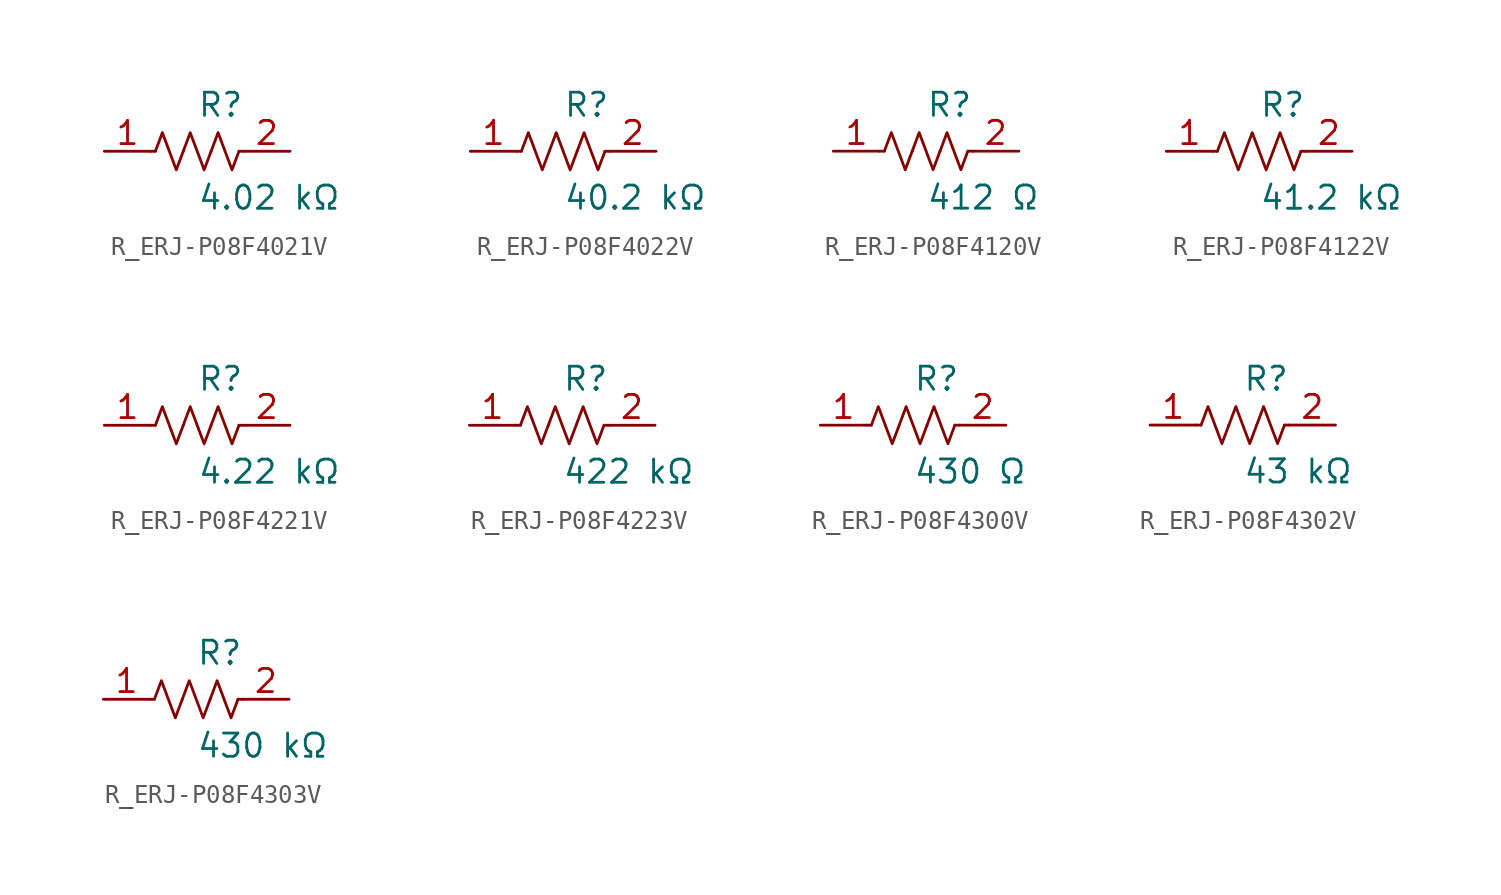
<source format=kicad_sym>
(kicad_symbol_lib
  (version 20231120)
  (generator kicad_symbol_editor)
  (generator_version 8.0)
  (symbol "R_ERJ-P08F4021V"
    (pin_names
      (offset 0.254))
    (property "Reference" "R"
      (at 0.0 2.54 0)
      (effects (font (size 1.27 1.27)) (justify left)))
    (property "Value" "4.02 kΩ"
      (at 0.0 -2.54 0)
      (effects (font (size 1.27 1.27)) (justify left)))
    (symbol "R_ERJ-P08F4021V_0_1"
      (polyline (pts (xy 2.286 0) (xy 2.54 0)) (stroke (width 0) (type default)) (fill (type none)))
      (polyline (pts (xy -2.286 0) (xy -2.54 0)) (stroke (width 0) (type default)) (fill (type none)))
      (polyline (pts (xy 0.762 0) (xy 1.143 1.016) (xy 1.524 0) (xy 1.905 -1.016) (xy 2.286 0)) (stroke (width 0) (type default)) (fill (type none)))
      (polyline (pts (xy -0.762 0) (xy -0.381 1.016) (xy 0 0) (xy 0.381 -1.016) (xy 0.762 0)) (stroke (width 0) (type default)) (fill (type none)))
      (polyline (pts (xy -2.286 0) (xy -1.905 1.016) (xy -1.524 0) (xy -1.143 -1.016) (xy -0.762 0)) (stroke (width 0) (type default)) (fill (type none))))
    (pin unspecified line
      (at -5.08 0 0)
      (length 2.54)
      (name "" (effects (font (size 1.27 1.27))))
      (number "1" (effects (font (size 1.27 1.27)))))
    (pin unspecified line
      (at 5.08 0 180)
      (length 2.54)
      (name "" (effects (font (size 1.27 1.27))))
      (number "2" (effects (font (size 1.27 1.27))))))
  (symbol "R_ERJ-P08F4022V"
    (pin_names
      (offset 0.254))
    (property "Reference" "R"
      (at 0.0 2.54 0)
      (effects (font (size 1.27 1.27)) (justify left)))
    (property "Value" "40.2 kΩ"
      (at 0.0 -2.54 0)
      (effects (font (size 1.27 1.27)) (justify left)))
    (symbol "R_ERJ-P08F4022V_0_1"
      (polyline (pts (xy 2.286 0) (xy 2.54 0)) (stroke (width 0) (type default)) (fill (type none)))
      (polyline (pts (xy -2.286 0) (xy -2.54 0)) (stroke (width 0) (type default)) (fill (type none)))
      (polyline (pts (xy 0.762 0) (xy 1.143 1.016) (xy 1.524 0) (xy 1.905 -1.016) (xy 2.286 0)) (stroke (width 0) (type default)) (fill (type none)))
      (polyline (pts (xy -0.762 0) (xy -0.381 1.016) (xy 0 0) (xy 0.381 -1.016) (xy 0.762 0)) (stroke (width 0) (type default)) (fill (type none)))
      (polyline (pts (xy -2.286 0) (xy -1.905 1.016) (xy -1.524 0) (xy -1.143 -1.016) (xy -0.762 0)) (stroke (width 0) (type default)) (fill (type none))))
    (pin unspecified line
      (at -5.08 0 0)
      (length 2.54)
      (name "" (effects (font (size 1.27 1.27))))
      (number "1" (effects (font (size 1.27 1.27)))))
    (pin unspecified line
      (at 5.08 0 180)
      (length 2.54)
      (name "" (effects (font (size 1.27 1.27))))
      (number "2" (effects (font (size 1.27 1.27))))))
  (symbol "R_ERJ-P08F4120V"
    (pin_names
      (offset 0.254))
    (property "Reference" "R"
      (at 0.0 2.54 0)
      (effects (font (size 1.27 1.27)) (justify left)))
    (property "Value" "412 Ω"
      (at 0.0 -2.54 0)
      (effects (font (size 1.27 1.27)) (justify left)))
    (symbol "R_ERJ-P08F4120V_0_1"
      (polyline (pts (xy 2.286 0) (xy 2.54 0)) (stroke (width 0) (type default)) (fill (type none)))
      (polyline (pts (xy -2.286 0) (xy -2.54 0)) (stroke (width 0) (type default)) (fill (type none)))
      (polyline (pts (xy 0.762 0) (xy 1.143 1.016) (xy 1.524 0) (xy 1.905 -1.016) (xy 2.286 0)) (stroke (width 0) (type default)) (fill (type none)))
      (polyline (pts (xy -0.762 0) (xy -0.381 1.016) (xy 0 0) (xy 0.381 -1.016) (xy 0.762 0)) (stroke (width 0) (type default)) (fill (type none)))
      (polyline (pts (xy -2.286 0) (xy -1.905 1.016) (xy -1.524 0) (xy -1.143 -1.016) (xy -0.762 0)) (stroke (width 0) (type default)) (fill (type none))))
    (pin unspecified line
      (at -5.08 0 0)
      (length 2.54)
      (name "" (effects (font (size 1.27 1.27))))
      (number "1" (effects (font (size 1.27 1.27)))))
    (pin unspecified line
      (at 5.08 0 180)
      (length 2.54)
      (name "" (effects (font (size 1.27 1.27))))
      (number "2" (effects (font (size 1.27 1.27))))))
  (symbol "R_ERJ-P08F4122V"
    (pin_names
      (offset 0.254))
    (property "Reference" "R"
      (at 0.0 2.54 0)
      (effects (font (size 1.27 1.27)) (justify left)))
    (property "Value" "41.2 kΩ"
      (at 0.0 -2.54 0)
      (effects (font (size 1.27 1.27)) (justify left)))
    (symbol "R_ERJ-P08F4122V_0_1"
      (polyline (pts (xy 2.286 0) (xy 2.54 0)) (stroke (width 0) (type default)) (fill (type none)))
      (polyline (pts (xy -2.286 0) (xy -2.54 0)) (stroke (width 0) (type default)) (fill (type none)))
      (polyline (pts (xy 0.762 0) (xy 1.143 1.016) (xy 1.524 0) (xy 1.905 -1.016) (xy 2.286 0)) (stroke (width 0) (type default)) (fill (type none)))
      (polyline (pts (xy -0.762 0) (xy -0.381 1.016) (xy 0 0) (xy 0.381 -1.016) (xy 0.762 0)) (stroke (width 0) (type default)) (fill (type none)))
      (polyline (pts (xy -2.286 0) (xy -1.905 1.016) (xy -1.524 0) (xy -1.143 -1.016) (xy -0.762 0)) (stroke (width 0) (type default)) (fill (type none))))
    (pin unspecified line
      (at -5.08 0 0)
      (length 2.54)
      (name "" (effects (font (size 1.27 1.27))))
      (number "1" (effects (font (size 1.27 1.27)))))
    (pin unspecified line
      (at 5.08 0 180)
      (length 2.54)
      (name "" (effects (font (size 1.27 1.27))))
      (number "2" (effects (font (size 1.27 1.27))))))
  (symbol "R_ERJ-P08F4221V"
    (pin_names
      (offset 0.254))
    (property "Reference" "R"
      (at 0.0 2.54 0)
      (effects (font (size 1.27 1.27)) (justify left)))
    (property "Value" "4.22 kΩ"
      (at 0.0 -2.54 0)
      (effects (font (size 1.27 1.27)) (justify left)))
    (symbol "R_ERJ-P08F4221V_0_1"
      (polyline (pts (xy 2.286 0) (xy 2.54 0)) (stroke (width 0) (type default)) (fill (type none)))
      (polyline (pts (xy -2.286 0) (xy -2.54 0)) (stroke (width 0) (type default)) (fill (type none)))
      (polyline (pts (xy 0.762 0) (xy 1.143 1.016) (xy 1.524 0) (xy 1.905 -1.016) (xy 2.286 0)) (stroke (width 0) (type default)) (fill (type none)))
      (polyline (pts (xy -0.762 0) (xy -0.381 1.016) (xy 0 0) (xy 0.381 -1.016) (xy 0.762 0)) (stroke (width 0) (type default)) (fill (type none)))
      (polyline (pts (xy -2.286 0) (xy -1.905 1.016) (xy -1.524 0) (xy -1.143 -1.016) (xy -0.762 0)) (stroke (width 0) (type default)) (fill (type none))))
    (pin unspecified line
      (at -5.08 0 0)
      (length 2.54)
      (name "" (effects (font (size 1.27 1.27))))
      (number "1" (effects (font (size 1.27 1.27)))))
    (pin unspecified line
      (at 5.08 0 180)
      (length 2.54)
      (name "" (effects (font (size 1.27 1.27))))
      (number "2" (effects (font (size 1.27 1.27))))))
  (symbol "R_ERJ-P08F4223V"
    (pin_names
      (offset 0.254))
    (property "Reference" "R"
      (at 0.0 2.54 0)
      (effects (font (size 1.27 1.27)) (justify left)))
    (property "Value" "422 kΩ"
      (at 0.0 -2.54 0)
      (effects (font (size 1.27 1.27)) (justify left)))
    (symbol "R_ERJ-P08F4223V_0_1"
      (polyline (pts (xy 2.286 0) (xy 2.54 0)) (stroke (width 0) (type default)) (fill (type none)))
      (polyline (pts (xy -2.286 0) (xy -2.54 0)) (stroke (width 0) (type default)) (fill (type none)))
      (polyline (pts (xy 0.762 0) (xy 1.143 1.016) (xy 1.524 0) (xy 1.905 -1.016) (xy 2.286 0)) (stroke (width 0) (type default)) (fill (type none)))
      (polyline (pts (xy -0.762 0) (xy -0.381 1.016) (xy 0 0) (xy 0.381 -1.016) (xy 0.762 0)) (stroke (width 0) (type default)) (fill (type none)))
      (polyline (pts (xy -2.286 0) (xy -1.905 1.016) (xy -1.524 0) (xy -1.143 -1.016) (xy -0.762 0)) (stroke (width 0) (type default)) (fill (type none))))
    (pin unspecified line
      (at -5.08 0 0)
      (length 2.54)
      (name "" (effects (font (size 1.27 1.27))))
      (number "1" (effects (font (size 1.27 1.27)))))
    (pin unspecified line
      (at 5.08 0 180)
      (length 2.54)
      (name "" (effects (font (size 1.27 1.27))))
      (number "2" (effects (font (size 1.27 1.27))))))
  (symbol "R_ERJ-P08F4300V"
    (pin_names
      (offset 0.254))
    (property "Reference" "R"
      (at 0.0 2.54 0)
      (effects (font (size 1.27 1.27)) (justify left)))
    (property "Value" "430 Ω"
      (at 0.0 -2.54 0)
      (effects (font (size 1.27 1.27)) (justify left)))
    (symbol "R_ERJ-P08F4300V_0_1"
      (polyline (pts (xy 2.286 0) (xy 2.54 0)) (stroke (width 0) (type default)) (fill (type none)))
      (polyline (pts (xy -2.286 0) (xy -2.54 0)) (stroke (width 0) (type default)) (fill (type none)))
      (polyline (pts (xy 0.762 0) (xy 1.143 1.016) (xy 1.524 0) (xy 1.905 -1.016) (xy 2.286 0)) (stroke (width 0) (type default)) (fill (type none)))
      (polyline (pts (xy -0.762 0) (xy -0.381 1.016) (xy 0 0) (xy 0.381 -1.016) (xy 0.762 0)) (stroke (width 0) (type default)) (fill (type none)))
      (polyline (pts (xy -2.286 0) (xy -1.905 1.016) (xy -1.524 0) (xy -1.143 -1.016) (xy -0.762 0)) (stroke (width 0) (type default)) (fill (type none))))
    (pin unspecified line
      (at -5.08 0 0)
      (length 2.54)
      (name "" (effects (font (size 1.27 1.27))))
      (number "1" (effects (font (size 1.27 1.27)))))
    (pin unspecified line
      (at 5.08 0 180)
      (length 2.54)
      (name "" (effects (font (size 1.27 1.27))))
      (number "2" (effects (font (size 1.27 1.27))))))
  (symbol "R_ERJ-P08F4302V"
    (pin_names
      (offset 0.254))
    (property "Reference" "R"
      (at 0.0 2.54 0)
      (effects (font (size 1.27 1.27)) (justify left)))
    (property "Value" "43 kΩ"
      (at 0.0 -2.54 0)
      (effects (font (size 1.27 1.27)) (justify left)))
    (symbol "R_ERJ-P08F4302V_0_1"
      (polyline (pts (xy 2.286 0) (xy 2.54 0)) (stroke (width 0) (type default)) (fill (type none)))
      (polyline (pts (xy -2.286 0) (xy -2.54 0)) (stroke (width 0) (type default)) (fill (type none)))
      (polyline (pts (xy 0.762 0) (xy 1.143 1.016) (xy 1.524 0) (xy 1.905 -1.016) (xy 2.286 0)) (stroke (width 0) (type default)) (fill (type none)))
      (polyline (pts (xy -0.762 0) (xy -0.381 1.016) (xy 0 0) (xy 0.381 -1.016) (xy 0.762 0)) (stroke (width 0) (type default)) (fill (type none)))
      (polyline (pts (xy -2.286 0) (xy -1.905 1.016) (xy -1.524 0) (xy -1.143 -1.016) (xy -0.762 0)) (stroke (width 0) (type default)) (fill (type none))))
    (pin unspecified line
      (at -5.08 0 0)
      (length 2.54)
      (name "" (effects (font (size 1.27 1.27))))
      (number "1" (effects (font (size 1.27 1.27)))))
    (pin unspecified line
      (at 5.08 0 180)
      (length 2.54)
      (name "" (effects (font (size 1.27 1.27))))
      (number "2" (effects (font (size 1.27 1.27))))))
  (symbol "R_ERJ-P08F4303V"
    (pin_names
      (offset 0.254))
    (property "Reference" "R"
      (at 0.0 2.54 0)
      (effects (font (size 1.27 1.27)) (justify left)))
    (property "Value" "430 kΩ"
      (at 0.0 -2.54 0)
      (effects (font (size 1.27 1.27)) (justify left)))
    (symbol "R_ERJ-P08F4303V_0_1"
      (polyline (pts (xy 2.286 0) (xy 2.54 0)) (stroke (width 0) (type default)) (fill (type none)))
      (polyline (pts (xy -2.286 0) (xy -2.54 0)) (stroke (width 0) (type default)) (fill (type none)))
      (polyline (pts (xy 0.762 0) (xy 1.143 1.016) (xy 1.524 0) (xy 1.905 -1.016) (xy 2.286 0)) (stroke (width 0) (type default)) (fill (type none)))
      (polyline (pts (xy -0.762 0) (xy -0.381 1.016) (xy 0 0) (xy 0.381 -1.016) (xy 0.762 0)) (stroke (width 0) (type default)) (fill (type none)))
      (polyline (pts (xy -2.286 0) (xy -1.905 1.016) (xy -1.524 0) (xy -1.143 -1.016) (xy -0.762 0)) (stroke (width 0) (type default)) (fill (type none))))
    (pin unspecified line
      (at -5.08 0 0)
      (length 2.54)
      (name "" (effects (font (size 1.27 1.27))))
      (number "1" (effects (font (size 1.27 1.27)))))
    (pin unspecified line
      (at 5.08 0 180)
      (length 2.54)
      (name "" (effects (font (size 1.27 1.27))))
      (number "2" (effects (font (size 1.27 1.27)))))))
</source>
